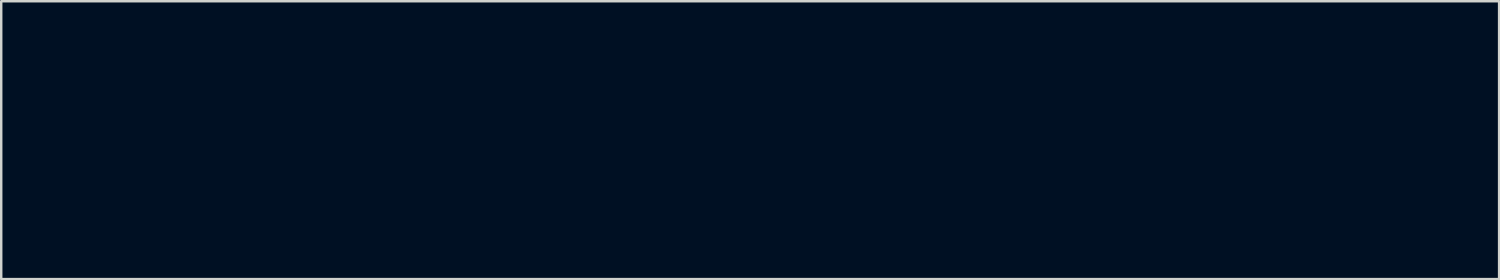
<source format=kicad_pcb>
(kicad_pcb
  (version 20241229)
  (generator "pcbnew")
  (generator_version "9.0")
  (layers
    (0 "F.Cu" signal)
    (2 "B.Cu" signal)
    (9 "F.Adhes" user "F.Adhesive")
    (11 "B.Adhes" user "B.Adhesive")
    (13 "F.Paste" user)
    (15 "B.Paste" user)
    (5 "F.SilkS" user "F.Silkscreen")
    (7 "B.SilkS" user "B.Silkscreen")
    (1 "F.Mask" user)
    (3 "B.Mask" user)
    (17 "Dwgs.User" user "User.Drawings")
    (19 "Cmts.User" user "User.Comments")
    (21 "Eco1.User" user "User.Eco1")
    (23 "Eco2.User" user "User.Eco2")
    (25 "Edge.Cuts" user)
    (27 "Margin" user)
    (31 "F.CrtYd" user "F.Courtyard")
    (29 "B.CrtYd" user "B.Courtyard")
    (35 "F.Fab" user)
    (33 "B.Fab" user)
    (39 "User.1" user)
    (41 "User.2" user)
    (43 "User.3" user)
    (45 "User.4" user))
  (footprint "logo_m_F_Mask"
    (layer "F.Cu")
    (at 27.427 3.704)
    (property "Reference" "logo_m_F_Mask" (at 0 0 0) (layer "F.Mask") (effects (font (size 1.524 1.524) (thickness 0.3))))
    (attr through_hole)
    (fp_poly (pts (xy -16.976 -1.592) (xy -16.664 -1.587) (xy -16.451 -1.575) (xy -16.365 -1.558) (xy -16.383 -1.547) (xy -16.531 -1.501) (xy -16.634 -1.428) (xy -16.702 -1.302) (xy -16.741 -1.095) (xy -16.759 -0.78) (xy -16.764 -0.33) (xy -16.764 -0.197) (xy -16.764 0.94) (xy -16.489 1.059) (xy -16.372 1.114) (xy -16.341 1.149) (xy -16.417 1.167) (xy -16.62 1.174) (xy -16.97 1.173) (xy -17.018 1.172) (xy -17.341 1.166) (xy -17.566 1.153) (xy -17.668 1.136) (xy -17.653 1.124) (xy -17.507 1.078) (xy -17.404 1.007) (xy -17.336 0.884) (xy -17.297 0.68) (xy -17.278 0.371) (xy -17.272 -0.072) (xy -17.272 -0.257) (xy -17.272 -1.425) (xy -17.505 -1.51) (xy -17.584 -1.55) (xy -17.548 -1.576) (xy -17.378 -1.589) (xy -17.059 -1.592) (xy -16.976 -1.592)) (stroke (width 0.01) (type solid)) (fill yes) (layer "F.Mask"))
    (fp_poly (pts (xy 8.768 -2.204) (xy 8.613 -2.036) (xy 8.519 -1.948) (xy 8.27 -1.676) (xy 8.024 -1.339) (xy 7.894 -1.122) (xy 7.711 -0.757) (xy 7.522 -0.346) (xy 7.341 0.078) (xy 7.181 0.48) (xy 7.056 0.828) (xy 6.978 1.087) (xy 6.96 1.218) (xy 7.068 1.371) (xy 7.324 1.487) (xy 7.445 1.528) (xy 7.481 1.557) (xy 7.415 1.576) (xy 7.229 1.587) (xy 6.905 1.593) (xy 6.519 1.595) (xy 5.376 1.599) (xy 5.757 1.455) (xy 5.892 1.401) (xy 6.004 1.338) (xy 6.108 1.247) (xy 6.215 1.107) (xy 6.339 0.899) (xy 6.492 0.603) (xy 6.687 0.198) (xy 6.937 -0.335) (xy 7.017 -0.508) (xy 7.381 -1.157) (xy 7.803 -1.677) (xy 8.267 -2.051) (xy 8.4 -2.125) (xy 8.662 -2.248) (xy 8.784 -2.274) (xy 8.768 -2.204)) (stroke (width 0.01) (type solid)) (fill yes) (layer "F.Mask"))
    (fp_poly (pts (xy 17.941 -1.644) (xy 18.444 -1.564) (xy 19.135 -1.415) (xy 19.135 -1.046) (xy 19.117 -0.786) (xy 19.066 -0.69) (xy 18.982 -0.759) (xy 18.903 -0.912) (xy 18.693 -1.185) (xy 18.35 -1.383) (xy 17.898 -1.493) (xy 17.888 -1.495) (xy 17.366 -1.493) (xy 16.913 -1.372) (xy 16.547 -1.149) (xy 16.284 -0.843) (xy 16.142 -0.473) (xy 16.138 -0.058) (xy 16.242 0.285) (xy 16.474 0.639) (xy 16.81 0.873) (xy 17.261 0.995) (xy 17.616 1.016) (xy 18.133 0.966) (xy 18.551 0.805) (xy 18.908 0.515) (xy 18.968 0.45) (xy 19.226 0.156) (xy 19.168 0.395) (xy 19.038 0.78) (xy 18.861 1.019) (xy 18.622 1.131) (xy 18.62 1.132) (xy 18.302 1.169) (xy 17.891 1.18) (xy 17.448 1.169) (xy 17.032 1.137) (xy 16.704 1.085) (xy 16.623 1.064) (xy 16.12 0.844) (xy 15.766 0.546) (xy 15.562 0.171) (xy 15.509 -0.278) (xy 15.515 -0.357) (xy 15.634 -0.773) (xy 15.891 -1.117) (xy 16.269 -1.385) (xy 16.749 -1.566) (xy 17.312 -1.655) (xy 17.941 -1.644)) (stroke (width 0.01) (type solid)) (fill yes) (layer "F.Mask"))
    (fp_poly (pts (xy -5.065 -1.627) (xy -4.642 -1.498) (xy -4.187 -1.236) (xy -3.873 -0.905) (xy -3.7 -0.53) (xy -3.672 -0.136) (xy -3.787 0.253) (xy -4.049 0.612) (xy -4.457 0.917) (xy -4.519 0.951) (xy -4.838 1.061) (xy -5.263 1.135) (xy -5.735 1.17) (xy -6.194 1.162) (xy -6.58 1.108) (xy -6.709 1.07) (xy -7.191 0.825) (xy -7.536 0.51) (xy -7.736 0.138) (xy -7.776 -0.213) (xy -7.157 -0.213) (xy -7.068 0.197) (xy -6.867 0.56) (xy -6.568 0.832) (xy -6.521 0.858) (xy -6.184 0.972) (xy -5.772 1.019) (xy -5.35 1) (xy -4.986 0.914) (xy -4.851 0.85) (xy -4.558 0.579) (xy -4.376 0.213) (xy -4.315 -0.205) (xy -4.383 -0.634) (xy -4.472 -0.848) (xy -4.723 -1.157) (xy -5.076 -1.371) (xy -5.492 -1.487) (xy -5.931 -1.504) (xy -6.355 -1.418) (xy -6.724 -1.229) (xy -6.962 -0.989) (xy -7.126 -0.623) (xy -7.157 -0.213) (xy -7.776 -0.213) (xy -7.783 -0.276) (xy -7.68 -0.69) (xy -7.452 -1.028) (xy -7.097 -1.305) (xy -6.647 -1.512) (xy -6.136 -1.641) (xy -5.598 -1.682) (xy -5.065 -1.627)) (stroke (width 0.01) (type solid)) (fill yes) (layer "F.Mask"))
    (fp_poly (pts (xy -14.395 -1.589) (xy -14.176 -1.576) (xy -14.107 -1.553) (xy -14.174 -1.52) (xy -14.374 -1.433) (xy -14.491 -1.337) (xy -14.527 -1.195) (xy -14.551 -0.931) (xy -14.562 -0.589) (xy -14.562 -0.21) (xy -14.551 0.164) (xy -14.529 0.491) (xy -14.497 0.728) (xy -14.461 0.83) (xy -14.335 0.874) (xy -14.089 0.908) (xy -13.772 0.928) (xy -13.435 0.934) (xy -13.126 0.923) (xy -12.894 0.896) (xy -12.83 0.878) (xy -12.697 0.779) (xy -12.532 0.594) (xy -12.475 0.518) (xy -12.259 0.212) (xy -12.316 0.466) (xy -12.395 0.731) (xy -12.474 0.931) (xy -12.575 1.143) (xy -14.098 1.16) (xy -14.665 1.163) (xy -15.072 1.159) (xy -15.326 1.145) (xy -15.436 1.123) (xy -15.412 1.092) (xy -15.229 0.992) (xy -15.138 0.906) (xy -15.113 0.786) (xy -15.093 0.533) (xy -15.078 0.183) (xy -15.072 -0.228) (xy -15.072 -0.265) (xy -15.075 -0.737) (xy -15.091 -1.069) (xy -15.127 -1.287) (xy -15.193 -1.421) (xy -15.297 -1.498) (xy -15.447 -1.546) (xy -15.452 -1.547) (xy -15.446 -1.565) (xy -15.298 -1.579) (xy -15.034 -1.589) (xy -14.774 -1.592) (xy -14.395 -1.589)) (stroke (width 0.01) (type solid)) (fill yes) (layer "F.Mask"))
    (fp_poly (pts (xy 9.096 -2.851) (xy 9.698 -2.709) (xy 10.177 -2.481) (xy 10.524 -2.17) (xy 10.729 -1.781) (xy 10.738 -1.75) (xy 10.772 -1.333) (xy 10.658 -0.937) (xy 10.416 -0.596) (xy 10.067 -0.345) (xy 9.836 -0.257) (xy 9.581 -0.21) (xy 9.255 -0.182) (xy 8.911 -0.173) (xy 8.601 -0.184) (xy 8.379 -0.216) (xy 8.318 -0.239) (xy 8.338 -0.274) (xy 8.494 -0.298) (xy 8.749 -0.307) (xy 9.266 -0.368) (xy 9.685 -0.541) (xy 9.99 -0.816) (xy 10.165 -1.179) (xy 10.202 -1.482) (xy 10.129 -1.899) (xy 9.911 -2.231) (xy 9.55 -2.476) (xy 9.048 -2.633) (xy 8.47 -2.697) (xy 7.69 -2.676) (xy 6.997 -2.546) (xy 6.406 -2.314) (xy 5.93 -1.985) (xy 5.582 -1.566) (xy 5.465 -1.336) (xy 5.343 -0.883) (xy 5.378 -0.489) (xy 5.553 -0.176) (xy 5.672 0.002) (xy 5.661 0.082) (xy 5.535 0.059) (xy 5.332 -0.06) (xy 5.026 -0.346) (xy 4.88 -0.681) (xy 4.887 -1.082) (xy 4.919 -1.22) (xy 5.123 -1.649) (xy 5.472 -2.029) (xy 5.948 -2.352) (xy 6.532 -2.609) (xy 7.206 -2.79) (xy 7.95 -2.887) (xy 8.382 -2.901) (xy 9.096 -2.851)) (stroke (width 0.01) (type solid)) (fill yes) (layer "F.Mask"))
    (fp_poly (pts (xy 22.443 -1.64) (xy 22.722 -1.603) (xy 22.97 -1.524) (xy 23.24 -1.396) (xy 23.65 -1.131) (xy 23.905 -0.828) (xy 24.019 -0.467) (xy 24.022 -0.159) (xy 23.908 0.299) (xy 23.655 0.661) (xy 23.265 0.927) (xy 22.74 1.094) (xy 22.098 1.162) (xy 21.612 1.155) (xy 21.201 1.109) (xy 21.007 1.062) (xy 20.559 0.848) (xy 20.229 0.549) (xy 20.025 0.192) (xy 19.955 -0.197) (xy 19.986 -0.372) (xy 20.597 -0.372) (xy 20.623 0.101) (xy 20.778 0.474) (xy 21.073 0.771) (xy 21.187 0.847) (xy 21.524 0.975) (xy 21.94 1.025) (xy 22.368 0.998) (xy 22.74 0.894) (xy 22.869 0.824) (xy 23.195 0.516) (xy 23.383 0.14) (xy 23.43 -0.27) (xy 23.332 -0.682) (xy 23.087 -1.061) (xy 23.039 -1.111) (xy 22.667 -1.371) (xy 22.225 -1.505) (xy 21.758 -1.512) (xy 21.309 -1.391) (xy 20.929 -1.146) (xy 20.754 -0.966) (xy 20.658 -0.794) (xy 20.612 -0.559) (xy 20.597 -0.372) (xy 19.986 -0.372) (xy 20.025 -0.592) (xy 20.244 -0.967) (xy 20.395 -1.124) (xy 20.735 -1.379) (xy 21.109 -1.542) (xy 21.561 -1.627) (xy 22.064 -1.649) (xy 22.443 -1.64)) (stroke (width 0.01) (type solid)) (fill yes) (layer "F.Mask"))
    (fp_poly (pts (xy -10.552 -1.583) (xy -10.324 -1.573) (xy -10.222 -1.559) (xy -10.245 -1.547) (xy -10.416 -1.504) (xy -10.534 -1.432) (xy -10.608 -1.302) (xy -10.648 -1.086) (xy -10.665 -0.754) (xy -10.668 -0.335) (xy -10.664 0.07) (xy -10.652 0.42) (xy -10.636 0.677) (xy -10.617 0.797) (xy -10.557 0.866) (xy -10.42 0.907) (xy -10.174 0.927) (xy -9.859 0.931) (xy -9.377 0.913) (xy -9.031 0.853) (xy -8.79 0.739) (xy -8.625 0.561) (xy -8.581 0.484) (xy -8.475 0.308) (xy -8.422 0.289) (xy -8.426 0.419) (xy -8.478 0.64) (xy -8.532 0.829) (xy -8.591 0.969) (xy -8.679 1.066) (xy -8.823 1.128) (xy -9.044 1.163) (xy -9.369 1.178) (xy -9.821 1.18) (xy -10.234 1.179) (xy -10.704 1.174) (xy -11.1 1.165) (xy -11.396 1.153) (xy -11.57 1.139) (xy -11.599 1.125) (xy -11.433 1.051) (xy -11.316 0.952) (xy -11.242 0.8) (xy -11.199 0.564) (xy -11.18 0.217) (xy -11.176 -0.257) (xy -11.179 -0.731) (xy -11.195 -1.064) (xy -11.232 -1.284) (xy -11.297 -1.419) (xy -11.4 -1.497) (xy -11.548 -1.545) (xy -11.557 -1.547) (xy -11.551 -1.564) (xy -11.403 -1.578) (xy -11.139 -1.586) (xy -10.88 -1.587) (xy -10.552 -1.583)) (stroke (width 0.01) (type solid)) (fill yes) (layer "F.Mask"))
    (fp_poly (pts (xy 14.513 -1.638) (xy 14.594 -1.634) (xy 14.597 -1.548) (xy 14.585 -1.353) (xy 14.577 -1.268) (xy 14.544 -0.918) (xy 14.385 -1.179) (xy 14.226 -1.439) (xy 13.438 -1.439) (xy 13.005 -1.428) (xy 12.703 -1.394) (xy 12.551 -1.341) (xy 12.548 -1.338) (xy 12.487 -1.197) (xy 12.451 -0.958) (xy 12.446 -0.83) (xy 12.446 -0.423) (xy 13.078 -0.423) (xy 13.419 -0.43) (xy 13.637 -0.459) (xy 13.781 -0.52) (xy 13.882 -0.609) (xy 14.055 -0.794) (xy 14.05 -0.291) (xy 14.045 -0.017) (xy 14.029 0.112) (xy 13.991 0.12) (xy 13.92 0.031) (xy 13.913 0.021) (xy 13.828 -0.076) (xy 13.711 -0.133) (xy 13.521 -0.161) (xy 13.215 -0.169) (xy 13.113 -0.169) (xy 12.446 -0.169) (xy 12.446 0.279) (xy 12.464 0.553) (xy 12.511 0.762) (xy 12.548 0.83) (xy 12.691 0.885) (xy 12.976 0.92) (xy 13.356 0.931) (xy 13.885 0.904) (xy 14.264 0.818) (xy 14.505 0.671) (xy 14.607 0.503) (xy 14.667 0.381) (xy 14.706 0.369) (xy 14.712 0.474) (xy 14.664 0.667) (xy 14.586 0.883) (xy 14.498 1.058) (xy 14.445 1.121) (xy 14.332 1.141) (xy 14.081 1.158) (xy 13.72 1.17) (xy 13.279 1.177) (xy 12.912 1.177) (xy 12.377 1.173) (xy 12 1.163) (xy 11.767 1.147) (xy 11.667 1.125) (xy 11.687 1.094) (xy 11.707 1.086) (xy 11.942 1) (xy 11.919 -0.237) (xy 11.896 -1.474) (xy 11.684 -1.531) (xy 11.696 -1.55) (xy 11.855 -1.57) (xy 12.14 -1.589) (xy 12.529 -1.606) (xy 12.999 -1.619) (xy 13.025 -1.619) (xy 13.518 -1.629) (xy 13.948 -1.635) (xy 14.289 -1.638) (xy 14.513 -1.638)) (stroke (width 0.01) (type solid)) (fill yes) (layer "F.Mask"))
    (fp_poly (pts (xy 27.927 -1.636) (xy 27.932 -1.551) (xy 27.911 -1.357) (xy 27.895 -1.255) (xy 27.852 -1.044) (xy 27.814 -0.984) (xy 27.77 -1.059) (xy 27.769 -1.061) (xy 27.683 -1.233) (xy 27.556 -1.344) (xy 27.356 -1.405) (xy 27.049 -1.427) (xy 26.657 -1.421) (xy 25.866 -1.397) (xy 25.815 -0.423) (xy 26.449 -0.423) (xy 26.784 -0.429) (xy 26.992 -0.454) (xy 27.119 -0.508) (xy 27.209 -0.602) (xy 27.216 -0.612) (xy 27.288 -0.705) (xy 27.328 -0.703) (xy 27.344 -0.582) (xy 27.347 -0.317) (xy 27.347 -0.296) (xy 27.345 -0.022) (xy 27.329 0.107) (xy 27.291 0.115) (xy 27.221 0.027) (xy 27.216 0.019) (xy 27.127 -0.079) (xy 27.005 -0.136) (xy 26.804 -0.162) (xy 26.482 -0.169) (xy 26.449 -0.169) (xy 25.815 -0.169) (xy 25.866 0.889) (xy 26.697 0.913) (xy 27.528 0.938) (xy 27.776 0.672) (xy 27.925 0.53) (xy 28.014 0.479) (xy 28.025 0.494) (xy 27.987 0.678) (xy 27.896 0.898) (xy 27.79 1.074) (xy 27.744 1.119) (xy 27.63 1.14) (xy 27.376 1.157) (xy 27.013 1.17) (xy 26.571 1.178) (xy 26.204 1.179) (xy 25.659 1.174) (xy 25.274 1.164) (xy 25.039 1.146) (xy 24.944 1.122) (xy 24.974 1.091) (xy 25.157 0.991) (xy 25.248 0.906) (xy 25.273 0.786) (xy 25.294 0.533) (xy 25.308 0.183) (xy 25.314 -0.227) (xy 25.314 -0.258) (xy 25.31 -0.746) (xy 25.291 -1.089) (xy 25.249 -1.316) (xy 25.177 -1.449) (xy 25.068 -1.517) (xy 24.939 -1.541) (xy 24.963 -1.549) (xy 25.134 -1.56) (xy 25.429 -1.574) (xy 25.825 -1.589) (xy 26.301 -1.604) (xy 26.331 -1.605) (xy 26.828 -1.619) (xy 27.262 -1.629) (xy 27.609 -1.636) (xy 27.839 -1.638) (xy 27.927 -1.636)) (stroke (width 0.01) (type solid)) (fill yes) (layer "F.Mask"))
    (fp_poly (pts (xy -0.243 -1.587) (xy -0.04 -1.572) (xy 0.033 -1.549) (xy 0.006 -1.534) (xy -0.161 -1.459) (xy -0.228 -1.39) (xy -0.204 -1.287) (xy -0.121 -1.075) (xy 0.004 -0.79) (xy 0.153 -0.469) (xy 0.308 -0.151) (xy 0.451 0.129) (xy 0.566 0.332) (xy 0.634 0.422) (xy 0.638 0.423) (xy 0.698 0.351) (xy 0.804 0.16) (xy 0.939 -0.113) (xy 1.085 -0.428) (xy 1.225 -0.748) (xy 1.342 -1.036) (xy 1.419 -1.252) (xy 1.439 -1.347) (xy 1.366 -1.499) (xy 1.249 -1.549) (xy 1.236 -1.566) (xy 1.367 -1.58) (xy 1.614 -1.588) (xy 1.736 -1.59) (xy 2.056 -1.588) (xy 2.224 -1.579) (xy 2.254 -1.557) (xy 2.162 -1.521) (xy 2.136 -1.513) (xy 2.029 -1.472) (xy 1.931 -1.402) (xy 1.827 -1.279) (xy 1.703 -1.082) (xy 1.543 -0.789) (xy 1.332 -0.375) (xy 1.206 -0.124) (xy 0.991 0.303) (xy 0.8 0.672) (xy 0.647 0.958) (xy 0.544 1.136) (xy 0.507 1.185) (xy 0.454 1.114) (xy 0.343 0.92) (xy 0.191 0.634) (xy 0.018 0.292) (xy -0.16 -0.052) (xy -0.315 -0.328) (xy -0.43 -0.508) (xy -0.488 -0.562) (xy -0.549 -0.475) (xy -0.665 -0.267) (xy -0.819 0.028) (xy -0.97 0.331) (xy -1.142 0.672) (xy -1.29 0.948) (xy -1.396 1.129) (xy -1.443 1.185) (xy -1.495 1.113) (xy -1.604 0.912) (xy -1.758 0.609) (xy -1.943 0.23) (xy -2.072 -0.04) (xy -2.316 -0.551) (xy -2.507 -0.928) (xy -2.661 -1.194) (xy -2.791 -1.369) (xy -2.913 -1.475) (xy -3.04 -1.534) (xy -3.09 -1.548) (xy -3.086 -1.565) (xy -2.94 -1.578) (xy -2.679 -1.585) (xy -2.455 -1.586) (xy -2.141 -1.582) (xy -1.931 -1.572) (xy -1.851 -1.559) (xy -1.884 -1.548) (xy -2.02 -1.509) (xy -2.092 -1.429) (xy -2.094 -1.286) (xy -2.025 -1.057) (xy -1.88 -0.72) (xy -1.695 -0.333) (xy -1.272 0.53) (xy -0.933 -0.209) (xy -0.777 -0.552) (xy -0.685 -0.78) (xy -0.65 -0.932) (xy -0.663 -1.045) (xy -0.717 -1.157) (xy -0.737 -1.192) (xy -0.904 -1.39) (xy -1.097 -1.516) (xy -1.159 -1.554) (xy -1.09 -1.578) (xy -0.877 -1.591) (xy -0.55 -1.594) (xy -0.243 -1.587)) (stroke (width 0.01) (type solid)) (fill yes) (layer "F.Mask"))
    (fp_poly (pts (xy -18.599 -3.689) (xy -18.381 -3.629) (xy -18.235 -3.547) (xy -18.144 -3.404) (xy -18.072 -3.182) (xy -18.068 -3.163) (xy -18.054 -2.947) (xy -18.092 -2.706) (xy -18.192 -2.425) (xy -18.361 -2.093) (xy -18.607 -1.694) (xy -18.939 -1.216) (xy -19.364 -0.646) (xy -19.89 0.031) (xy -20.181 0.399) (xy -20.5 0.792) (xy -20.784 1.131) (xy -21.018 1.395) (xy -21.183 1.568) (xy -21.263 1.628) (xy -21.267 1.626) (xy -21.296 1.526) (xy -21.342 1.287) (xy -21.398 0.938) (xy -21.459 0.509) (xy -21.504 0.169) (xy -21.568 -0.308) (xy -21.629 -0.734) (xy -21.683 -1.076) (xy -21.724 -1.304) (xy -21.743 -1.377) (xy -21.784 -1.396) (xy -21.872 -1.331) (xy -22.014 -1.173) (xy -22.221 -0.909) (xy -22.501 -0.529) (xy -22.863 -0.021) (xy -22.937 0.083) (xy -23.26 0.539) (xy -23.548 0.945) (xy -23.79 1.281) (xy -23.97 1.529) (xy -24.075 1.669) (xy -24.096 1.693) (xy -24.155 1.636) (xy -24.163 1.624) (xy -24.186 1.52) (xy -24.221 1.278) (xy -24.265 0.928) (xy -24.313 0.503) (xy -24.34 0.248) (xy -24.417 -0.466) (xy -24.489 -1.032) (xy -24.56 -1.473) (xy -24.634 -1.81) (xy -24.715 -2.064) (xy -24.808 -2.256) (xy -24.844 -2.313) (xy -25.11 -2.568) (xy -25.467 -2.72) (xy -25.864 -2.76) (xy -26.255 -2.684) (xy -26.542 -2.526) (xy -26.813 -2.227) (xy -26.967 -1.874) (xy -27.002 -1.507) (xy -26.914 -1.165) (xy -26.7 -0.888) (xy -26.677 -0.871) (xy -26.591 -0.79) (xy -26.654 -0.766) (xy -26.7 -0.765) (xy -26.848 -0.82) (xy -27.049 -0.964) (xy -27.155 -1.061) (xy -27.334 -1.257) (xy -27.414 -1.418) (xy -27.422 -1.621) (xy -27.41 -1.743) (xy -27.289 -2.131) (xy -27.039 -2.45) (xy -26.692 -2.694) (xy -26.277 -2.853) (xy -25.824 -2.92) (xy -25.364 -2.886) (xy -24.928 -2.743) (xy -24.575 -2.51) (xy -24.336 -2.259) (xy -24.156 -1.963) (xy -24.025 -1.591) (xy -23.929 -1.111) (xy -23.863 -0.528) (xy -23.823 -0.123) (xy -23.782 0.229) (xy -23.745 0.488) (xy -23.719 0.61) (xy -23.673 0.62) (xy -23.572 0.534) (xy -23.408 0.343) (xy -23.173 0.036) (xy -22.859 -0.395) (xy -22.537 -0.85) (xy -22.213 -1.306) (xy -21.92 -1.712) (xy -21.672 -2.048) (xy -21.483 -2.294) (xy -21.367 -2.433) (xy -21.34 -2.455) (xy -21.301 -2.377) (xy -21.252 -2.167) (xy -21.2 -1.859) (xy -21.169 -1.63) (xy -21.082 -0.924) (xy -21.012 -0.368) (xy -20.957 0.054) (xy -20.914 0.361) (xy -20.882 0.57) (xy -20.856 0.699) (xy -20.835 0.765) (xy -20.817 0.786) (xy -20.736 0.732) (xy -20.579 0.561) (xy -20.365 0.297) (xy -20.109 -0.036) (xy -19.83 -0.414) (xy -19.546 -0.813) (xy -19.274 -1.208) (xy -19.031 -1.576) (xy -18.835 -1.891) (xy -18.722 -2.095) (xy -18.565 -2.484) (xy -18.487 -2.853) (xy -18.487 -3.172) (xy -18.563 -3.412) (xy -18.714 -3.541) (xy -18.804 -3.556) (xy -18.921 -3.591) (xy -18.918 -3.649) (xy -18.801 -3.699) (xy -18.599 -3.689)) (stroke (width 0.01) (type solid)) (fill yes) (layer "F.Mask")))
  (gr_rect
    (start -3 -3)
    (end 58.457 8.402)
    (stroke (width 0.1) (type default))
    (fill no)
    (layer "Edge.Cuts")))
</source>
